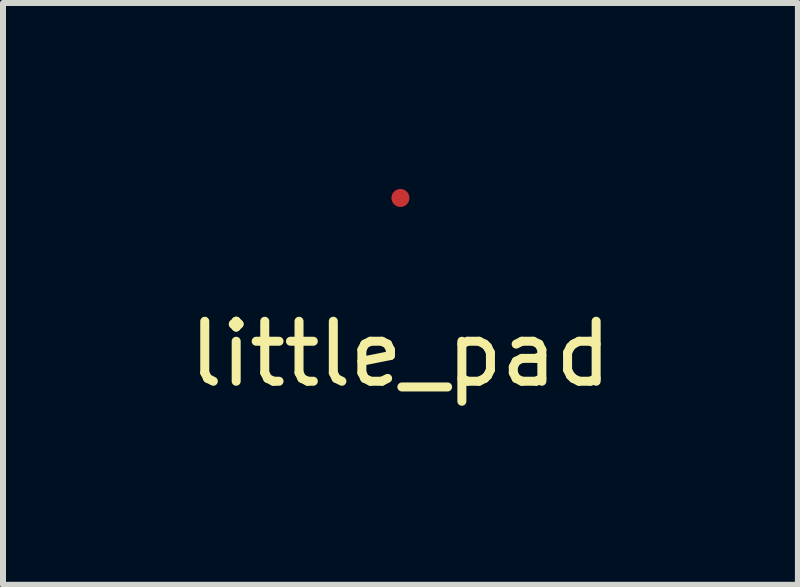
<source format=kicad_pcb>
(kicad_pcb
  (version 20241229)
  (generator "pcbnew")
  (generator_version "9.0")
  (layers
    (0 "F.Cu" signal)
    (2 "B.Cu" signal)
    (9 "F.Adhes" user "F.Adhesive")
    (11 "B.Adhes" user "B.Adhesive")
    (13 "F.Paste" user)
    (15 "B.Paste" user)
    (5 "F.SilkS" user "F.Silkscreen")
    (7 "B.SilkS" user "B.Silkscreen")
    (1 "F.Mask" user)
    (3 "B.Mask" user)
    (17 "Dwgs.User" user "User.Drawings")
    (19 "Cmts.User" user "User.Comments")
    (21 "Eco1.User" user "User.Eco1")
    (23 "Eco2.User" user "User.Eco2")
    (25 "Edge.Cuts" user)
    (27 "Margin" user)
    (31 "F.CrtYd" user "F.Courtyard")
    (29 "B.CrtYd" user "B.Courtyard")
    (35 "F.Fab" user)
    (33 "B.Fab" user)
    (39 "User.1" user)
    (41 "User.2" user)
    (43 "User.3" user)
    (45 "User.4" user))
  (footprint "little_pad"
    (layer "F.Cu")
    (at 3.625 0.25)
    (property "Reference" "little_pad" (at 0 2.6 0) (layer "F.SilkS") (effects (font (size 1 1) (thickness 0.15))))
    (attr through_hole)
    (pad "1" smd circle (at 0 0) (size 0.3 0.3) (layers "F.Cu")))
  (gr_rect
    (start -3 -3)
    (end 10.25 6.698)
    (stroke (width 0.1) (type default))
    (fill no)
    (layer "Edge.Cuts")))
</source>
